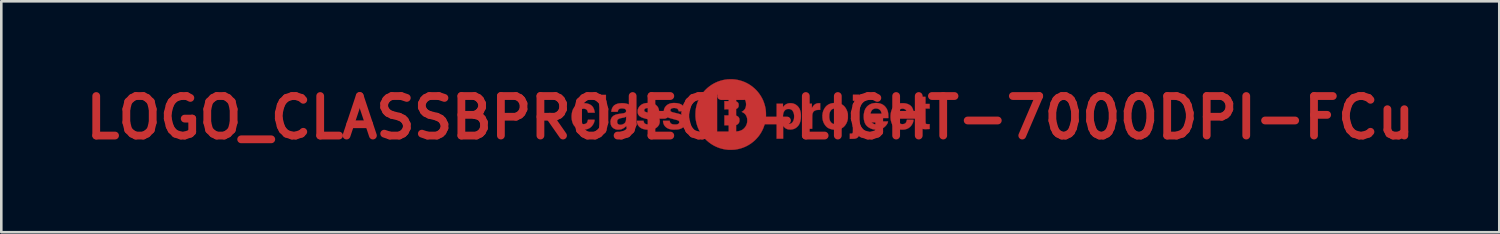
<source format=kicad_pcb>
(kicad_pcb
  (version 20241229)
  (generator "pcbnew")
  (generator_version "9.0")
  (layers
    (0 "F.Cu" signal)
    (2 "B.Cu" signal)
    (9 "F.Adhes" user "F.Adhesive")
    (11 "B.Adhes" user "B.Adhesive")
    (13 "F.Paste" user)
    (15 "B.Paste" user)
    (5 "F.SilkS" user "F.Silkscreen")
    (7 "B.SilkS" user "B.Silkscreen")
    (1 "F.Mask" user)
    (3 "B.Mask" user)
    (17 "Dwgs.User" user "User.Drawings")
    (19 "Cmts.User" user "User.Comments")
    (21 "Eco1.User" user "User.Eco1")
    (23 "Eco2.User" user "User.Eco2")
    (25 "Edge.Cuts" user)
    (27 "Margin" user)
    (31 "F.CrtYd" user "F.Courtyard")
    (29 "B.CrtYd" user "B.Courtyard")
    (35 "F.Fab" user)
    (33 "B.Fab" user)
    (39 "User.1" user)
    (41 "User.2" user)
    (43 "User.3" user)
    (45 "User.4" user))
  (footprint "LOGO_CLASSBPROJECT-LIGHT-7000DPI-FCu"
    (layer "F.Cu")
    (at 25.879 1.487)
    (property "Reference" "LOGO_CLASSBPROJECT-LIGHT-7000DPI-FCu" (at 0 0 0) (layer "F.Cu") (effects (font (size 1.524 1.524) (thickness 0.3))))
    (attr through_hole)
    (fp_poly (pts (xy -5.566 0.428) (xy -5.82 0.428) (xy -5.82 -0.878) (xy -5.566 -0.878) (xy -5.566 0.428)) (stroke (width 0.01) (type solid)) (fill yes) (layer "F.Cu"))
    (fp_poly (pts (xy 4.213 -0.653) (xy 3.959 -0.653) (xy 3.959 -0.885) (xy 4.213 -0.885) (xy 4.213 -0.653)) (stroke (width 0.01) (type solid)) (fill yes) (layer "F.Cu"))
    (fp_poly (pts (xy -0.814 -0.087) (xy -0.763 -0.087) (xy -0.72 -0.087) (xy -0.682 -0.086) (xy -0.65 -0.086) (xy -0.622 -0.085) (xy -0.599 -0.083) (xy -0.579 -0.081) (xy -0.562 -0.079) (xy -0.547 -0.076) (xy -0.534 -0.072) (xy -0.522 -0.068) (xy -0.51 -0.063) (xy -0.502 -0.059) (xy -0.474 -0.042) (xy -0.451 -0.019) (xy -0.434 0.008) (xy -0.422 0.038) (xy -0.42 0.053) (xy -0.418 0.073) (xy -0.417 0.096) (xy -0.418 0.119) (xy -0.42 0.139) (xy -0.421 0.147) (xy -0.43 0.179) (xy -0.446 0.209) (xy -0.466 0.235) (xy -0.491 0.256) (xy -0.513 0.269) (xy -0.523 0.273) (xy -0.532 0.277) (xy -0.541 0.281) (xy -0.551 0.283) (xy -0.562 0.286) (xy -0.574 0.287) (xy -0.59 0.289) (xy -0.608 0.29) (xy -0.63 0.291) (xy -0.657 0.291) (xy -0.688 0.292) (xy -0.726 0.292) (xy -0.769 0.293) (xy -0.792 0.293) (xy -0.998 0.294) (xy -0.998 -0.087) (xy -0.814 -0.087)) (stroke (width 0.01) (type solid)) (fill yes) (layer "F.Cu"))
    (fp_poly (pts (xy 2.696 -0.302) (xy 2.632 -0.3) (xy 2.603 -0.299) (xy 2.58 -0.297) (xy 2.561 -0.295) (xy 2.546 -0.292) (xy 2.539 -0.291) (xy 2.503 -0.278) (xy 2.471 -0.261) (xy 2.445 -0.24) (xy 2.425 -0.213) (xy 2.409 -0.181) (xy 2.397 -0.143) (xy 2.397 -0.143) (xy 2.396 -0.137) (xy 2.395 -0.13) (xy 2.394 -0.123) (xy 2.393 -0.115) (xy 2.392 -0.105) (xy 2.391 -0.093) (xy 2.391 -0.078) (xy 2.39 -0.06) (xy 2.39 -0.038) (xy 2.39 -0.011) (xy 2.389 0.021) (xy 2.389 0.058) (xy 2.389 0.101) (xy 2.389 0.151) (xy 2.389 0.159) (xy 2.387 0.428) (xy 2.134 0.428) (xy 2.134 -0.541) (xy 2.373 -0.541) (xy 2.374 -0.457) (xy 2.375 -0.373) (xy 2.399 -0.409) (xy 2.422 -0.442) (xy 2.444 -0.469) (xy 2.465 -0.491) (xy 2.487 -0.509) (xy 2.51 -0.524) (xy 2.528 -0.534) (xy 2.557 -0.545) (xy 2.59 -0.553) (xy 2.627 -0.558) (xy 2.657 -0.559) (xy 2.696 -0.559) (xy 2.696 -0.302)) (stroke (width 0.01) (type solid)) (fill yes) (layer "F.Cu"))
    (fp_poly (pts (xy -0.803 -0.638) (xy -0.758 -0.637) (xy -0.719 -0.637) (xy -0.686 -0.636) (xy -0.659 -0.636) (xy -0.635 -0.635) (xy -0.616 -0.634) (xy -0.6 -0.633) (xy -0.585 -0.631) (xy -0.573 -0.629) (xy -0.561 -0.627) (xy -0.55 -0.624) (xy -0.538 -0.621) (xy -0.532 -0.619) (xy -0.507 -0.608) (xy -0.485 -0.591) (xy -0.469 -0.572) (xy -0.461 -0.558) (xy -0.455 -0.544) (xy -0.451 -0.529) (xy -0.449 -0.51) (xy -0.448 -0.486) (xy -0.448 -0.481) (xy -0.449 -0.46) (xy -0.45 -0.445) (xy -0.451 -0.434) (xy -0.454 -0.423) (xy -0.457 -0.417) (xy -0.47 -0.391) (xy -0.489 -0.37) (xy -0.514 -0.353) (xy -0.521 -0.35) (xy -0.531 -0.345) (xy -0.541 -0.341) (xy -0.55 -0.337) (xy -0.56 -0.334) (xy -0.571 -0.332) (xy -0.584 -0.33) (xy -0.599 -0.328) (xy -0.617 -0.327) (xy -0.639 -0.326) (xy -0.665 -0.325) (xy -0.696 -0.325) (xy -0.733 -0.324) (xy -0.776 -0.324) (xy -0.797 -0.324) (xy -0.998 -0.322) (xy -0.998 -0.639) (xy -0.803 -0.638)) (stroke (width 0.01) (type solid)) (fill yes) (layer "F.Cu"))
    (fp_poly (pts (xy 4.212 0.044) (xy 4.212 0.121) (xy 4.212 0.19) (xy 4.211 0.252) (xy 4.211 0.309) (xy 4.211 0.359) (xy 4.211 0.404) (xy 4.211 0.444) (xy 4.21 0.479) (xy 4.21 0.51) (xy 4.21 0.536) (xy 4.21 0.558) (xy 4.209 0.577) (xy 4.209 0.593) (xy 4.208 0.606) (xy 4.208 0.617) (xy 4.207 0.625) (xy 4.207 0.632) (xy 4.206 0.637) (xy 4.205 0.642) (xy 4.205 0.645) (xy 4.204 0.646) (xy 4.192 0.685) (xy 4.177 0.717) (xy 4.159 0.744) (xy 4.137 0.766) (xy 4.111 0.783) (xy 4.079 0.797) (xy 4.042 0.808) (xy 4.029 0.81) (xy 4.011 0.812) (xy 3.986 0.813) (xy 3.955 0.815) (xy 3.929 0.815) (xy 3.839 0.817) (xy 3.839 0.613) (xy 3.867 0.615) (xy 3.893 0.616) (xy 3.913 0.613) (xy 3.93 0.605) (xy 3.938 0.599) (xy 3.947 0.588) (xy 3.954 0.576) (xy 3.955 0.574) (xy 3.955 0.57) (xy 3.956 0.562) (xy 3.956 0.55) (xy 3.957 0.534) (xy 3.957 0.513) (xy 3.957 0.487) (xy 3.958 0.456) (xy 3.958 0.42) (xy 3.958 0.378) (xy 3.958 0.331) (xy 3.959 0.277) (xy 3.959 0.217) (xy 3.959 0.15) (xy 3.959 0.077) (xy 3.959 0.013) (xy 3.959 -0.533) (xy 4.213 -0.533) (xy 4.212 0.044)) (stroke (width 0.01) (type solid)) (fill yes) (layer "F.Cu"))
    (fp_poly (pts (xy 6.756 -0.53) (xy 6.916 -0.53) (xy 6.916 -0.352) (xy 6.756 -0.352) (xy 6.756 -0.088) (xy 6.756 -0.034) (xy 6.757 0.014) (xy 6.757 0.055) (xy 6.757 0.091) (xy 6.757 0.121) (xy 6.758 0.146) (xy 6.759 0.167) (xy 6.76 0.184) (xy 6.761 0.198) (xy 6.762 0.209) (xy 6.764 0.217) (xy 6.766 0.224) (xy 6.768 0.228) (xy 6.769 0.231) (xy 6.777 0.238) (xy 6.79 0.243) (xy 6.808 0.246) (xy 6.834 0.248) (xy 6.864 0.248) (xy 6.916 0.248) (xy 6.916 0.435) (xy 6.904 0.437) (xy 6.898 0.437) (xy 6.885 0.438) (xy 6.867 0.439) (xy 6.845 0.439) (xy 6.82 0.44) (xy 6.796 0.441) (xy 6.764 0.441) (xy 6.737 0.441) (xy 6.716 0.441) (xy 6.699 0.44) (xy 6.685 0.439) (xy 6.673 0.438) (xy 6.67 0.437) (xy 6.632 0.428) (xy 6.598 0.415) (xy 6.569 0.398) (xy 6.546 0.377) (xy 6.529 0.354) (xy 6.529 0.354) (xy 6.525 0.347) (xy 6.522 0.34) (xy 6.519 0.333) (xy 6.516 0.325) (xy 6.514 0.317) (xy 6.512 0.307) (xy 6.511 0.295) (xy 6.509 0.28) (xy 6.508 0.263) (xy 6.508 0.242) (xy 6.507 0.217) (xy 6.507 0.188) (xy 6.506 0.153) (xy 6.506 0.114) (xy 6.506 0.069) (xy 6.506 0.017) (xy 6.506 -0.038) (xy 6.506 -0.352) (xy 6.372 -0.352) (xy 6.372 -0.53) (xy 6.506 -0.53) (xy 6.506 -0.802) (xy 6.756 -0.802) (xy 6.756 -0.53)) (stroke (width 0.01) (type solid)) (fill yes) (layer "F.Cu"))
    (fp_poly (pts (xy 1.602 -0.555) (xy 1.653 -0.546) (xy 1.702 -0.529) (xy 1.748 -0.506) (xy 1.79 -0.476) (xy 1.83 -0.44) (xy 1.831 -0.438) (xy 1.863 -0.401) (xy 1.889 -0.361) (xy 1.91 -0.317) (xy 1.927 -0.269) (xy 1.94 -0.216) (xy 1.948 -0.163) (xy 1.95 -0.145) (xy 1.951 -0.121) (xy 1.952 -0.093) (xy 1.952 -0.064) (xy 1.952 -0.034) (xy 1.951 -0.006) (xy 1.95 0.019) (xy 1.948 0.039) (xy 1.948 0.039) (xy 1.938 0.104) (xy 1.923 0.164) (xy 1.903 0.218) (xy 1.878 0.268) (xy 1.848 0.312) (xy 1.812 0.351) (xy 1.777 0.381) (xy 1.736 0.408) (xy 1.694 0.429) (xy 1.65 0.444) (xy 1.603 0.453) (xy 1.552 0.457) (xy 1.523 0.456) (xy 1.492 0.454) (xy 1.466 0.451) (xy 1.443 0.446) (xy 1.421 0.439) (xy 1.398 0.43) (xy 1.395 0.428) (xy 1.372 0.417) (xy 1.352 0.404) (xy 1.333 0.389) (xy 1.314 0.37) (xy 1.294 0.347) (xy 1.274 0.322) (xy 1.266 0.311) (xy 1.266 0.809) (xy 1.016 0.809) (xy 1.016 -0.03) (xy 1.26 -0.03) (xy 1.26 -0.013) (xy 1.263 0.031) (xy 1.269 0.07) (xy 1.278 0.104) (xy 1.29 0.133) (xy 1.306 0.159) (xy 1.326 0.183) (xy 1.33 0.187) (xy 1.358 0.211) (xy 1.388 0.228) (xy 1.421 0.239) (xy 1.431 0.242) (xy 1.457 0.245) (xy 1.486 0.245) (xy 1.513 0.242) (xy 1.535 0.237) (xy 1.569 0.224) (xy 1.599 0.204) (xy 1.625 0.178) (xy 1.647 0.147) (xy 1.665 0.109) (xy 1.679 0.067) (xy 1.683 0.051) (xy 1.685 0.035) (xy 1.687 0.019) (xy 1.689 -0.001) (xy 1.69 -0.025) (xy 1.69 -0.03) (xy 1.691 -0.064) (xy 1.69 -0.092) (xy 1.687 -0.117) (xy 1.683 -0.14) (xy 1.677 -0.164) (xy 1.674 -0.176) (xy 1.658 -0.217) (xy 1.64 -0.252) (xy 1.618 -0.281) (xy 1.592 -0.303) (xy 1.563 -0.319) (xy 1.529 -0.33) (xy 1.491 -0.335) (xy 1.475 -0.335) (xy 1.438 -0.333) (xy 1.406 -0.327) (xy 1.378 -0.315) (xy 1.352 -0.298) (xy 1.333 -0.281) (xy 1.31 -0.253) (xy 1.291 -0.219) (xy 1.277 -0.18) (xy 1.267 -0.136) (xy 1.261 -0.086) (xy 1.26 -0.03) (xy 1.016 -0.03) (xy 1.016 -0.541) (xy 1.259 -0.541) (xy 1.26 -0.471) (xy 1.261 -0.402) (xy 1.278 -0.425) (xy 1.31 -0.463) (xy 1.345 -0.495) (xy 1.384 -0.52) (xy 1.427 -0.539) (xy 1.473 -0.552) (xy 1.523 -0.558) (xy 1.548 -0.559) (xy 1.602 -0.555)) (stroke (width 0.01) (type solid)) (fill yes) (layer "F.Cu"))
    (fp_poly (pts (xy 4.913 -0.563) (xy 4.972 -0.554) (xy 5.027 -0.54) (xy 5.078 -0.519) (xy 5.124 -0.493) (xy 5.167 -0.461) (xy 5.204 -0.423) (xy 5.238 -0.379) (xy 5.267 -0.33) (xy 5.274 -0.315) (xy 5.287 -0.284) (xy 5.298 -0.253) (xy 5.307 -0.221) (xy 5.313 -0.187) (xy 5.318 -0.148) (xy 5.321 -0.105) (xy 5.322 -0.068) (xy 5.324 0.015) (xy 4.63 0.015) (xy 4.63 0.031) (xy 4.632 0.057) (xy 4.638 0.087) (xy 4.647 0.117) (xy 4.659 0.146) (xy 4.665 0.159) (xy 4.679 0.178) (xy 4.698 0.198) (xy 4.719 0.216) (xy 4.741 0.231) (xy 4.747 0.234) (xy 4.772 0.245) (xy 4.796 0.252) (xy 4.82 0.257) (xy 4.848 0.259) (xy 4.864 0.259) (xy 4.884 0.259) (xy 4.9 0.258) (xy 4.912 0.256) (xy 4.925 0.253) (xy 4.936 0.249) (xy 4.953 0.242) (xy 4.97 0.234) (xy 4.984 0.227) (xy 4.985 0.226) (xy 5.002 0.212) (xy 5.019 0.194) (xy 5.035 0.175) (xy 5.044 0.159) (xy 5.051 0.145) (xy 5.311 0.145) (xy 5.308 0.164) (xy 5.299 0.197) (xy 5.283 0.232) (xy 5.26 0.267) (xy 5.232 0.303) (xy 5.203 0.334) (xy 5.163 0.37) (xy 5.119 0.399) (xy 5.072 0.423) (xy 5.021 0.441) (xy 4.965 0.453) (xy 4.94 0.457) (xy 4.916 0.459) (xy 4.888 0.46) (xy 4.857 0.46) (xy 4.827 0.46) (xy 4.799 0.458) (xy 4.775 0.456) (xy 4.77 0.455) (xy 4.718 0.444) (xy 4.667 0.428) (xy 4.618 0.406) (xy 4.572 0.38) (xy 4.53 0.351) (xy 4.493 0.318) (xy 4.462 0.282) (xy 4.453 0.269) (xy 4.428 0.227) (xy 4.408 0.18) (xy 4.393 0.128) (xy 4.381 0.072) (xy 4.375 0.012) (xy 4.373 -0.05) (xy 4.375 -0.103) (xy 4.381 -0.152) (xy 4.634 -0.152) (xy 5.061 -0.152) (xy 5.058 -0.175) (xy 5.049 -0.214) (xy 5.035 -0.249) (xy 5.015 -0.28) (xy 4.99 -0.306) (xy 4.96 -0.327) (xy 4.925 -0.342) (xy 4.891 -0.351) (xy 4.851 -0.355) (xy 4.813 -0.353) (xy 4.777 -0.345) (xy 4.744 -0.331) (xy 4.715 -0.312) (xy 4.701 -0.299) (xy 4.683 -0.279) (xy 4.668 -0.256) (xy 4.656 -0.23) (xy 4.645 -0.199) (xy 4.636 -0.162) (xy 4.634 -0.152) (xy 4.381 -0.152) (xy 4.383 -0.167) (xy 4.394 -0.225) (xy 4.41 -0.279) (xy 4.431 -0.328) (xy 4.457 -0.372) (xy 4.487 -0.413) (xy 4.518 -0.445) (xy 4.56 -0.48) (xy 4.606 -0.509) (xy 4.655 -0.532) (xy 4.708 -0.549) (xy 4.765 -0.56) (xy 4.825 -0.566) (xy 4.849 -0.566) (xy 4.913 -0.563)) (stroke (width 0.01) (type solid)) (fill yes) (layer "F.Cu"))
    (fp_poly (pts (xy -6.395 -0.558) (xy -6.363 -0.556) (xy -6.334 -0.553) (xy -6.314 -0.55) (xy -6.259 -0.537) (xy -6.21 -0.52) (xy -6.166 -0.498) (xy -6.128 -0.473) (xy -6.095 -0.442) (xy -6.067 -0.407) (xy -6.044 -0.366) (xy -6.025 -0.32) (xy -6.011 -0.269) (xy -6 -0.211) (xy -6 -0.21) (xy -5.998 -0.192) (xy -6.258 -0.192) (xy -6.262 -0.214) (xy -6.266 -0.228) (xy -6.272 -0.244) (xy -6.28 -0.261) (xy -6.281 -0.264) (xy -6.297 -0.291) (xy -6.316 -0.312) (xy -6.339 -0.327) (xy -6.366 -0.338) (xy -6.399 -0.345) (xy -6.403 -0.346) (xy -6.438 -0.347) (xy -6.472 -0.342) (xy -6.504 -0.331) (xy -6.533 -0.315) (xy -6.551 -0.3) (xy -6.571 -0.277) (xy -6.587 -0.25) (xy -6.601 -0.22) (xy -6.611 -0.185) (xy -6.618 -0.144) (xy -6.622 -0.098) (xy -6.624 -0.046) (xy -6.624 -0.044) (xy -6.622 0.005) (xy -6.619 0.048) (xy -6.613 0.085) (xy -6.605 0.118) (xy -6.593 0.147) (xy -6.579 0.173) (xy -6.577 0.176) (xy -6.555 0.202) (xy -6.529 0.222) (xy -6.5 0.237) (xy -6.467 0.247) (xy -6.431 0.25) (xy -6.401 0.247) (xy -6.371 0.241) (xy -6.344 0.232) (xy -6.322 0.218) (xy -6.304 0.201) (xy -6.289 0.178) (xy -6.277 0.149) (xy -6.267 0.115) (xy -6.261 0.088) (xy -6.259 0.08) (xy -6.13 0.08) (xy -6.096 0.08) (xy -6.069 0.08) (xy -6.048 0.08) (xy -6.031 0.08) (xy -6.019 0.081) (xy -6.011 0.081) (xy -6.006 0.082) (xy -6.003 0.084) (xy -6.002 0.085) (xy -6.002 0.087) (xy -6.003 0.097) (xy -6.005 0.112) (xy -6.009 0.131) (xy -6.013 0.149) (xy -6.018 0.167) (xy -6.021 0.177) (xy -6.036 0.214) (xy -6.056 0.252) (xy -6.08 0.289) (xy -6.106 0.323) (xy -6.129 0.349) (xy -6.168 0.382) (xy -6.212 0.41) (xy -6.259 0.432) (xy -6.311 0.447) (xy -6.351 0.455) (xy -6.377 0.458) (xy -6.407 0.46) (xy -6.44 0.46) (xy -6.473 0.46) (xy -6.504 0.458) (xy -6.53 0.456) (xy -6.533 0.455) (xy -6.589 0.444) (xy -6.639 0.427) (xy -6.685 0.404) (xy -6.726 0.376) (xy -6.763 0.343) (xy -6.795 0.304) (xy -6.824 0.259) (xy -6.836 0.234) (xy -6.857 0.183) (xy -6.872 0.127) (xy -6.883 0.068) (xy -6.889 0.006) (xy -6.89 -0.059) (xy -6.888 -0.093) (xy -6.882 -0.15) (xy -6.874 -0.201) (xy -6.863 -0.247) (xy -6.849 -0.289) (xy -6.831 -0.329) (xy -6.812 -0.363) (xy -6.784 -0.403) (xy -6.751 -0.44) (xy -6.714 -0.473) (xy -6.674 -0.501) (xy -6.658 -0.51) (xy -6.63 -0.523) (xy -6.597 -0.534) (xy -6.562 -0.544) (xy -6.527 -0.552) (xy -6.517 -0.554) (xy -6.491 -0.556) (xy -6.461 -0.558) (xy -6.429 -0.558) (xy -6.395 -0.558)) (stroke (width 0.01) (type solid)) (fill yes) (layer "F.Cu"))
    (fp_poly (pts (xy 5.902 -0.558) (xy 5.934 -0.556) (xy 5.963 -0.553) (xy 5.984 -0.55) (xy 6.039 -0.537) (xy 6.088 -0.52) (xy 6.131 -0.498) (xy 6.169 -0.473) (xy 6.202 -0.442) (xy 6.23 -0.407) (xy 6.253 -0.366) (xy 6.272 -0.32) (xy 6.287 -0.269) (xy 6.297 -0.211) (xy 6.297 -0.21) (xy 6.3 -0.192) (xy 6.039 -0.192) (xy 6.035 -0.214) (xy 6.031 -0.228) (xy 6.025 -0.244) (xy 6.018 -0.261) (xy 6.016 -0.264) (xy 6 -0.291) (xy 5.981 -0.312) (xy 5.958 -0.327) (xy 5.931 -0.338) (xy 5.898 -0.345) (xy 5.894 -0.346) (xy 5.859 -0.347) (xy 5.825 -0.342) (xy 5.793 -0.331) (xy 5.764 -0.315) (xy 5.746 -0.3) (xy 5.726 -0.277) (xy 5.71 -0.25) (xy 5.697 -0.22) (xy 5.686 -0.185) (xy 5.679 -0.144) (xy 5.675 -0.098) (xy 5.674 -0.046) (xy 5.674 -0.044) (xy 5.675 0.005) (xy 5.678 0.048) (xy 5.684 0.085) (xy 5.693 0.118) (xy 5.704 0.147) (xy 5.719 0.173) (xy 5.72 0.176) (xy 5.742 0.202) (xy 5.768 0.222) (xy 5.798 0.237) (xy 5.831 0.247) (xy 5.866 0.25) (xy 5.896 0.247) (xy 5.927 0.241) (xy 5.953 0.232) (xy 5.975 0.218) (xy 5.993 0.201) (xy 6.008 0.178) (xy 6.02 0.149) (xy 6.031 0.115) (xy 6.036 0.088) (xy 6.038 0.08) (xy 6.167 0.08) (xy 6.201 0.08) (xy 6.228 0.08) (xy 6.25 0.08) (xy 6.266 0.08) (xy 6.278 0.081) (xy 6.286 0.081) (xy 6.291 0.082) (xy 6.294 0.084) (xy 6.295 0.085) (xy 6.296 0.087) (xy 6.295 0.097) (xy 6.292 0.112) (xy 6.288 0.131) (xy 6.284 0.149) (xy 6.279 0.167) (xy 6.276 0.177) (xy 6.261 0.214) (xy 6.241 0.252) (xy 6.217 0.289) (xy 6.192 0.323) (xy 6.168 0.349) (xy 6.129 0.382) (xy 6.086 0.41) (xy 6.038 0.432) (xy 5.987 0.447) (xy 5.946 0.455) (xy 5.92 0.458) (xy 5.89 0.46) (xy 5.857 0.46) (xy 5.824 0.46) (xy 5.793 0.458) (xy 5.767 0.456) (xy 5.764 0.455) (xy 5.709 0.444) (xy 5.658 0.427) (xy 5.612 0.404) (xy 5.571 0.376) (xy 5.534 0.343) (xy 5.502 0.304) (xy 5.474 0.259) (xy 5.461 0.234) (xy 5.441 0.183) (xy 5.425 0.127) (xy 5.414 0.068) (xy 5.408 0.006) (xy 5.408 -0.059) (xy 5.409 -0.093) (xy 5.415 -0.15) (xy 5.423 -0.201) (xy 5.434 -0.247) (xy 5.448 -0.289) (xy 5.466 -0.329) (xy 5.485 -0.363) (xy 5.513 -0.403) (xy 5.546 -0.44) (xy 5.583 -0.473) (xy 5.623 -0.501) (xy 5.639 -0.51) (xy 5.667 -0.523) (xy 5.7 -0.534) (xy 5.735 -0.544) (xy 5.77 -0.552) (xy 5.78 -0.554) (xy 5.806 -0.556) (xy 5.836 -0.558) (xy 5.869 -0.558) (xy 5.902 -0.558)) (stroke (width 0.01) (type solid)) (fill yes) (layer "F.Cu"))
    (fp_poly (pts (xy 3.3 -0.566) (xy 3.329 -0.564) (xy 3.353 -0.563) (xy 3.358 -0.562) (xy 3.407 -0.554) (xy 3.454 -0.541) (xy 3.499 -0.524) (xy 3.541 -0.504) (xy 3.576 -0.481) (xy 3.578 -0.479) (xy 3.615 -0.447) (xy 3.649 -0.408) (xy 3.68 -0.365) (xy 3.707 -0.316) (xy 3.73 -0.264) (xy 3.748 -0.21) (xy 3.756 -0.177) (xy 3.759 -0.163) (xy 3.761 -0.151) (xy 3.762 -0.138) (xy 3.763 -0.122) (xy 3.764 -0.104) (xy 3.764 -0.08) (xy 3.764 -0.054) (xy 3.764 -0.026) (xy 3.764 -0.003) (xy 3.764 0.015) (xy 3.763 0.03) (xy 3.761 0.044) (xy 3.759 0.057) (xy 3.756 0.071) (xy 3.756 0.072) (xy 3.742 0.129) (xy 3.722 0.184) (xy 3.697 0.234) (xy 3.668 0.281) (xy 3.635 0.322) (xy 3.598 0.359) (xy 3.558 0.389) (xy 3.514 0.414) (xy 3.508 0.417) (xy 3.477 0.43) (xy 3.446 0.44) (xy 3.416 0.448) (xy 3.383 0.453) (xy 3.346 0.457) (xy 3.304 0.459) (xy 3.287 0.459) (xy 3.264 0.459) (xy 3.242 0.459) (xy 3.223 0.459) (xy 3.209 0.459) (xy 3.2 0.459) (xy 3.199 0.459) (xy 3.144 0.449) (xy 3.096 0.437) (xy 3.053 0.422) (xy 3.014 0.404) (xy 2.979 0.383) (xy 2.974 0.38) (xy 2.953 0.363) (xy 2.931 0.342) (xy 2.909 0.318) (xy 2.888 0.292) (xy 2.871 0.269) (xy 2.841 0.219) (xy 2.817 0.166) (xy 2.799 0.11) (xy 2.787 0.051) (xy 2.781 -0.012) (xy 2.78 -0.026) (xy 2.781 -0.033) (xy 3.045 -0.033) (xy 3.047 0.009) (xy 3.053 0.049) (xy 3.061 0.084) (xy 3.063 0.091) (xy 3.079 0.13) (xy 3.099 0.164) (xy 3.123 0.192) (xy 3.151 0.215) (xy 3.182 0.232) (xy 3.192 0.236) (xy 3.231 0.246) (xy 3.27 0.249) (xy 3.312 0.246) (xy 3.318 0.245) (xy 3.354 0.235) (xy 3.387 0.219) (xy 3.417 0.197) (xy 3.442 0.169) (xy 3.463 0.135) (xy 3.479 0.097) (xy 3.487 0.071) (xy 3.495 0.032) (xy 3.499 -0.011) (xy 3.5 -0.056) (xy 3.499 -0.101) (xy 3.494 -0.143) (xy 3.487 -0.176) (xy 3.474 -0.215) (xy 3.457 -0.251) (xy 3.436 -0.282) (xy 3.411 -0.307) (xy 3.384 -0.327) (xy 3.374 -0.332) (xy 3.34 -0.345) (xy 3.303 -0.352) (xy 3.266 -0.354) (xy 3.229 -0.351) (xy 3.195 -0.342) (xy 3.163 -0.329) (xy 3.153 -0.323) (xy 3.129 -0.304) (xy 3.107 -0.279) (xy 3.087 -0.25) (xy 3.071 -0.219) (xy 3.061 -0.192) (xy 3.053 -0.157) (xy 3.047 -0.118) (xy 3.045 -0.076) (xy 3.045 -0.033) (xy 2.781 -0.033) (xy 2.781 -0.094) (xy 2.788 -0.159) (xy 2.801 -0.22) (xy 2.821 -0.278) (xy 2.847 -0.333) (xy 2.88 -0.385) (xy 2.902 -0.414) (xy 2.937 -0.452) (xy 2.978 -0.485) (xy 3.023 -0.513) (xy 3.073 -0.535) (xy 3.127 -0.551) (xy 3.185 -0.562) (xy 3.189 -0.562) (xy 3.212 -0.564) (xy 3.239 -0.565) (xy 3.27 -0.566) (xy 3.3 -0.566)) (stroke (width 0.01) (type solid)) (fill yes) (layer "F.Cu"))
    (fp_poly (pts (xy -3.925 -0.565) (xy -3.916 -0.565) (xy -3.862 -0.562) (xy -3.814 -0.556) (xy -3.77 -0.547) (xy -3.73 -0.535) (xy -3.695 -0.521) (xy -3.654 -0.499) (xy -3.619 -0.472) (xy -3.589 -0.442) (xy -3.564 -0.407) (xy -3.544 -0.368) (xy -3.529 -0.323) (xy -3.519 -0.272) (xy -3.518 -0.264) (xy -3.516 -0.247) (xy -3.768 -0.247) (xy -3.775 -0.272) (xy -3.785 -0.299) (xy -3.798 -0.322) (xy -3.817 -0.34) (xy -3.84 -0.354) (xy -3.869 -0.364) (xy -3.904 -0.37) (xy -3.906 -0.371) (xy -3.94 -0.373) (xy -3.973 -0.372) (xy -4.004 -0.367) (xy -4.032 -0.359) (xy -4.054 -0.348) (xy -4.058 -0.346) (xy -4.074 -0.331) (xy -4.085 -0.312) (xy -4.089 -0.291) (xy -4.088 -0.27) (xy -4.082 -0.254) (xy -4.077 -0.247) (xy -4.071 -0.24) (xy -4.062 -0.233) (xy -4.051 -0.227) (xy -4.036 -0.22) (xy -4.017 -0.213) (xy -3.993 -0.206) (xy -3.965 -0.198) (xy -3.931 -0.19) (xy -3.891 -0.18) (xy -3.845 -0.169) (xy -3.839 -0.167) (xy -3.8 -0.158) (xy -3.766 -0.149) (xy -3.738 -0.141) (xy -3.713 -0.133) (xy -3.691 -0.125) (xy -3.671 -0.117) (xy -3.652 -0.108) (xy -3.614 -0.086) (xy -3.582 -0.064) (xy -3.555 -0.039) (xy -3.533 -0.01) (xy -3.515 0.022) (xy -3.514 0.024) (xy -3.501 0.058) (xy -3.493 0.097) (xy -3.491 0.137) (xy -3.493 0.178) (xy -3.501 0.219) (xy -3.513 0.257) (xy -3.519 0.27) (xy -3.543 0.31) (xy -3.571 0.346) (xy -3.605 0.376) (xy -3.645 0.402) (xy -3.69 0.424) (xy -3.741 0.441) (xy -3.794 0.452) (xy -3.809 0.454) (xy -3.83 0.456) (xy -3.856 0.457) (xy -3.885 0.458) (xy -3.915 0.459) (xy -3.944 0.459) (xy -3.973 0.459) (xy -3.998 0.459) (xy -4.019 0.458) (xy -4.03 0.457) (xy -4.088 0.447) (xy -4.141 0.433) (xy -4.189 0.413) (xy -4.232 0.389) (xy -4.269 0.36) (xy -4.301 0.326) (xy -4.32 0.3) (xy -4.338 0.27) (xy -4.353 0.235) (xy -4.364 0.199) (xy -4.371 0.163) (xy -4.372 0.136) (xy -4.372 0.12) (xy -4.116 0.12) (xy -4.113 0.135) (xy -4.106 0.166) (xy -4.095 0.192) (xy -4.08 0.214) (xy -4.06 0.231) (xy -4.034 0.244) (xy -4.003 0.254) (xy -3.967 0.26) (xy -3.924 0.262) (xy -3.912 0.263) (xy -3.881 0.262) (xy -3.856 0.26) (xy -3.835 0.257) (xy -3.816 0.252) (xy -3.798 0.245) (xy -3.789 0.241) (xy -3.769 0.228) (xy -3.755 0.211) (xy -3.748 0.191) (xy -3.747 0.168) (xy -3.749 0.159) (xy -3.753 0.145) (xy -3.76 0.134) (xy -3.768 0.125) (xy -3.775 0.118) (xy -3.783 0.113) (xy -3.793 0.108) (xy -3.806 0.103) (xy -3.825 0.096) (xy -3.834 0.093) (xy -3.851 0.088) (xy -3.874 0.081) (xy -3.901 0.074) (xy -3.93 0.066) (xy -3.96 0.058) (xy -3.986 0.051) (xy -4.033 0.039) (xy -4.073 0.028) (xy -4.108 0.018) (xy -4.138 0.008) (xy -4.164 -0.001) (xy -4.187 -0.011) (xy -4.205 -0.02) (xy -4.241 -0.04) (xy -4.271 -0.062) (xy -4.295 -0.086) (xy -4.314 -0.113) (xy -4.322 -0.129) (xy -4.33 -0.148) (xy -4.335 -0.166) (xy -4.339 -0.185) (xy -4.341 -0.206) (xy -4.341 -0.233) (xy -4.341 -0.241) (xy -4.341 -0.264) (xy -4.34 -0.282) (xy -4.339 -0.297) (xy -4.336 -0.31) (xy -4.333 -0.32) (xy -4.317 -0.364) (xy -4.295 -0.404) (xy -4.267 -0.441) (xy -4.233 -0.474) (xy -4.195 -0.503) (xy -4.153 -0.526) (xy -4.107 -0.544) (xy -4.089 -0.549) (xy -4.059 -0.556) (xy -4.029 -0.561) (xy -3.998 -0.564) (xy -3.964 -0.566) (xy -3.925 -0.565)) (stroke (width 0.01) (type solid)) (fill yes) (layer "F.Cu"))
    (fp_poly (pts (xy -2.917 -0.565) (xy -2.907 -0.565) (xy -2.853 -0.562) (xy -2.805 -0.556) (xy -2.761 -0.547) (xy -2.721 -0.535) (xy -2.686 -0.521) (xy -2.645 -0.499) (xy -2.61 -0.472) (xy -2.58 -0.442) (xy -2.555 -0.407) (xy -2.536 -0.368) (xy -2.521 -0.323) (xy -2.51 -0.272) (xy -2.509 -0.264) (xy -2.507 -0.247) (xy -2.76 -0.247) (xy -2.766 -0.272) (xy -2.776 -0.299) (xy -2.79 -0.322) (xy -2.808 -0.34) (xy -2.831 -0.354) (xy -2.86 -0.364) (xy -2.895 -0.37) (xy -2.897 -0.371) (xy -2.931 -0.373) (xy -2.964 -0.372) (xy -2.995 -0.367) (xy -3.023 -0.359) (xy -3.045 -0.348) (xy -3.049 -0.346) (xy -3.065 -0.331) (xy -3.076 -0.312) (xy -3.081 -0.291) (xy -3.079 -0.27) (xy -3.073 -0.254) (xy -3.069 -0.247) (xy -3.062 -0.24) (xy -3.054 -0.233) (xy -3.042 -0.227) (xy -3.027 -0.22) (xy -3.008 -0.213) (xy -2.985 -0.206) (xy -2.956 -0.198) (xy -2.923 -0.19) (xy -2.883 -0.18) (xy -2.836 -0.169) (xy -2.83 -0.167) (xy -2.791 -0.158) (xy -2.757 -0.149) (xy -2.729 -0.141) (xy -2.704 -0.133) (xy -2.682 -0.125) (xy -2.662 -0.117) (xy -2.643 -0.108) (xy -2.605 -0.086) (xy -2.573 -0.064) (xy -2.546 -0.039) (xy -2.524 -0.01) (xy -2.506 0.022) (xy -2.505 0.024) (xy -2.492 0.058) (xy -2.484 0.097) (xy -2.482 0.137) (xy -2.484 0.178) (xy -2.492 0.219) (xy -2.505 0.257) (xy -2.511 0.27) (xy -2.534 0.31) (xy -2.563 0.346) (xy -2.597 0.376) (xy -2.636 0.402) (xy -2.681 0.424) (xy -2.732 0.441) (xy -2.785 0.452) (xy -2.8 0.454) (xy -2.822 0.456) (xy -2.847 0.457) (xy -2.876 0.458) (xy -2.906 0.459) (xy -2.936 0.459) (xy -2.964 0.459) (xy -2.989 0.459) (xy -3.01 0.458) (xy -3.021 0.457) (xy -3.079 0.447) (xy -3.132 0.433) (xy -3.18 0.413) (xy -3.223 0.389) (xy -3.26 0.36) (xy -3.293 0.326) (xy -3.312 0.3) (xy -3.329 0.27) (xy -3.344 0.235) (xy -3.355 0.199) (xy -3.362 0.163) (xy -3.364 0.136) (xy -3.364 0.12) (xy -3.107 0.12) (xy -3.105 0.135) (xy -3.098 0.166) (xy -3.086 0.192) (xy -3.071 0.214) (xy -3.051 0.231) (xy -3.025 0.244) (xy -2.995 0.254) (xy -2.958 0.26) (xy -2.915 0.262) (xy -2.903 0.263) (xy -2.872 0.262) (xy -2.847 0.26) (xy -2.826 0.257) (xy -2.807 0.252) (xy -2.789 0.245) (xy -2.78 0.241) (xy -2.76 0.228) (xy -2.747 0.211) (xy -2.739 0.191) (xy -2.738 0.168) (xy -2.74 0.159) (xy -2.744 0.145) (xy -2.751 0.134) (xy -2.759 0.125) (xy -2.767 0.118) (xy -2.774 0.113) (xy -2.784 0.108) (xy -2.798 0.103) (xy -2.816 0.096) (xy -2.825 0.093) (xy -2.843 0.088) (xy -2.866 0.081) (xy -2.892 0.074) (xy -2.921 0.066) (xy -2.951 0.058) (xy -2.977 0.051) (xy -3.024 0.039) (xy -3.064 0.028) (xy -3.099 0.018) (xy -3.129 0.008) (xy -3.155 -0.001) (xy -3.178 -0.011) (xy -3.196 -0.02) (xy -3.233 -0.04) (xy -3.263 -0.062) (xy -3.286 -0.086) (xy -3.305 -0.113) (xy -3.313 -0.129) (xy -3.321 -0.148) (xy -3.326 -0.166) (xy -3.33 -0.185) (xy -3.332 -0.206) (xy -3.333 -0.233) (xy -3.333 -0.241) (xy -3.332 -0.264) (xy -3.332 -0.282) (xy -3.33 -0.297) (xy -3.327 -0.31) (xy -3.325 -0.32) (xy -3.308 -0.364) (xy -3.286 -0.404) (xy -3.258 -0.441) (xy -3.225 -0.474) (xy -3.187 -0.503) (xy -3.144 -0.526) (xy -3.099 -0.544) (xy -3.081 -0.549) (xy -3.05 -0.556) (xy -3.02 -0.561) (xy -2.989 -0.564) (xy -2.956 -0.566) (xy -2.917 -0.565)) (stroke (width 0.01) (type solid)) (fill yes) (layer "F.Cu"))
    (fp_poly (pts (xy -0.684 -1.48) (xy -0.588 -1.472) (xy -0.492 -1.457) (xy -0.398 -1.435) (xy -0.305 -1.406) (xy -0.214 -1.371) (xy -0.165 -1.348) (xy -0.078 -1.303) (xy 0.005 -1.251) (xy 0.083 -1.194) (xy 0.157 -1.132) (xy 0.227 -1.065) (xy 0.291 -0.993) (xy 0.35 -0.917) (xy 0.404 -0.836) (xy 0.452 -0.753) (xy 0.494 -0.666) (xy 0.529 -0.576) (xy 0.558 -0.483) (xy 0.569 -0.439) (xy 0.58 -0.392) (xy 0.588 -0.348) (xy 0.595 -0.304) (xy 0.599 -0.26) (xy 0.603 -0.214) (xy 0.604 -0.162) (xy 0.605 -0.151) (xy 0.605 -0.083) (xy 0.603 -0.02) (xy 0.598 0.039) (xy 0.589 0.098) (xy 0.578 0.158) (xy 0.566 0.211) (xy 0.538 0.306) (xy 0.504 0.399) (xy 0.463 0.488) (xy 0.417 0.574) (xy 0.364 0.656) (xy 0.306 0.734) (xy 0.241 0.807) (xy 0.172 0.877) (xy 0.097 0.941) (xy 0.017 1.001) (xy -0.013 1.021) (xy -0.098 1.072) (xy -0.185 1.116) (xy -0.276 1.154) (xy -0.369 1.185) (xy -0.465 1.209) (xy -0.564 1.227) (xy -0.601 1.232) (xy -0.617 1.234) (xy -0.639 1.235) (xy -0.665 1.236) (xy -0.693 1.238) (xy -0.722 1.239) (xy -0.751 1.239) (xy -0.778 1.24) (xy -0.802 1.24) (xy -0.822 1.239) (xy -0.835 1.239) (xy -0.886 1.234) (xy -0.931 1.229) (xy -0.973 1.223) (xy -1.012 1.216) (xy -1.05 1.208) (xy -1.089 1.199) (xy -1.089 1.199) (xy -1.183 1.172) (xy -1.274 1.138) (xy -1.362 1.098) (xy -1.447 1.052) (xy -1.527 1) (xy -1.604 0.943) (xy -1.677 0.881) (xy -1.745 0.814) (xy -1.808 0.742) (xy -1.866 0.666) (xy -1.918 0.586) (xy -1.946 0.537) (xy -1.281 0.537) (xy -0.929 0.537) (xy -0.869 0.537) (xy -0.812 0.537) (xy -0.76 0.537) (xy -0.712 0.536) (xy -0.67 0.536) (xy -0.632 0.536) (xy -0.6 0.535) (xy -0.575 0.535) (xy -0.555 0.534) (xy -0.543 0.534) (xy -0.54 0.533) (xy -0.485 0.526) (xy -0.435 0.517) (xy -0.391 0.505) (xy -0.351 0.489) (xy -0.315 0.471) (xy -0.281 0.448) (xy -0.25 0.422) (xy -0.247 0.419) (xy -0.21 0.379) (xy -0.179 0.335) (xy -0.153 0.287) (xy -0.134 0.236) (xy -0.121 0.182) (xy -0.121 0.181) (xy -0.118 0.154) (xy -0.117 0.123) (xy -0.117 0.09) (xy -0.119 0.058) (xy -0.122 0.029) (xy -0.127 0.005) (xy -0.143 -0.043) (xy -0.164 -0.087) (xy -0.19 -0.125) (xy -0.222 -0.159) (xy -0.259 -0.187) (xy -0.301 -0.21) (xy -0.306 -0.212) (xy -0.317 -0.218) (xy -0.326 -0.222) (xy -0.33 -0.225) (xy -0.33 -0.225) (xy -0.327 -0.228) (xy -0.32 -0.232) (xy -0.296 -0.246) (xy -0.271 -0.264) (xy -0.246 -0.286) (xy -0.224 -0.311) (xy -0.206 -0.335) (xy -0.199 -0.347) (xy -0.183 -0.384) (xy -0.171 -0.425) (xy -0.164 -0.47) (xy -0.162 -0.516) (xy -0.165 -0.563) (xy -0.172 -0.609) (xy -0.174 -0.618) (xy -0.183 -0.645) (xy -0.195 -0.675) (xy -0.21 -0.703) (xy -0.226 -0.729) (xy -0.238 -0.745) (xy -0.269 -0.777) (xy -0.306 -0.806) (xy -0.348 -0.83) (xy -0.395 -0.85) (xy -0.449 -0.866) (xy -0.481 -0.873) (xy -0.486 -0.874) (xy -0.492 -0.875) (xy -0.5 -0.876) (xy -0.51 -0.877) (xy -0.522 -0.877) (xy -0.537 -0.878) (xy -0.555 -0.878) (xy -0.576 -0.879) (xy -0.602 -0.879) (xy -0.632 -0.879) (xy -0.667 -0.88) (xy -0.707 -0.88) (xy -0.753 -0.88) (xy -0.806 -0.88) (xy -0.864 -0.881) (xy -0.895 -0.881) (xy -1.281 -0.882) (xy -1.281 0.537) (xy -1.946 0.537) (xy -1.965 0.502) (xy -2.007 0.415) (xy -2.042 0.324) (xy -2.07 0.23) (xy -2.075 0.211) (xy -2.089 0.149) (xy -2.1 0.089) (xy -2.108 0.03) (xy -2.113 -0.03) (xy -2.115 -0.093) (xy -2.114 -0.151) (xy -2.112 -0.203) (xy -2.11 -0.251) (xy -2.105 -0.296) (xy -2.099 -0.339) (xy -2.091 -0.383) (xy -2.081 -0.429) (xy -2.079 -0.439) (xy -2.053 -0.533) (xy -2.02 -0.624) (xy -1.981 -0.713) (xy -1.936 -0.798) (xy -1.885 -0.88) (xy -1.829 -0.958) (xy -1.767 -1.032) (xy -1.7 -1.101) (xy -1.628 -1.166) (xy -1.551 -1.225) (xy -1.47 -1.28) (xy -1.385 -1.328) (xy -1.344 -1.348) (xy -1.255 -1.388) (xy -1.162 -1.42) (xy -1.069 -1.446) (xy -0.974 -1.465) (xy -0.878 -1.477) (xy -0.781 -1.482) (xy -0.684 -1.48)) (stroke (width 0.01) (type solid)) (fill yes) (layer "F.Cu"))
    (fp_poly (pts (xy -4.917 -0.558) (xy -4.882 -0.556) (xy -4.851 -0.554) (xy -4.823 -0.55) (xy -4.797 -0.545) (xy -4.769 -0.539) (xy -4.756 -0.535) (xy -4.709 -0.521) (xy -4.67 -0.504) (xy -4.636 -0.485) (xy -4.608 -0.464) (xy -4.586 -0.439) (xy -4.568 -0.411) (xy -4.565 -0.406) (xy -4.561 -0.397) (xy -4.557 -0.389) (xy -4.553 -0.381) (xy -4.55 -0.374) (xy -4.548 -0.366) (xy -4.545 -0.357) (xy -4.543 -0.347) (xy -4.542 -0.334) (xy -4.541 -0.32) (xy -4.54 -0.302) (xy -4.539 -0.281) (xy -4.538 -0.256) (xy -4.537 -0.227) (xy -4.537 -0.193) (xy -4.537 -0.154) (xy -4.536 -0.108) (xy -4.536 -0.057) (xy -4.535 -0.007) (xy -4.535 0.056) (xy -4.534 0.113) (xy -4.534 0.162) (xy -4.533 0.205) (xy -4.533 0.242) (xy -4.532 0.272) (xy -4.531 0.296) (xy -4.53 0.314) (xy -4.53 0.326) (xy -4.529 0.333) (xy -4.529 0.334) (xy -4.52 0.355) (xy -4.508 0.372) (xy -4.494 0.383) (xy -4.487 0.387) (xy -4.483 0.392) (xy -4.481 0.4) (xy -4.481 0.409) (xy -4.481 0.428) (xy -4.757 0.428) (xy -4.764 0.405) (xy -4.767 0.392) (xy -4.771 0.375) (xy -4.774 0.357) (xy -4.777 0.341) (xy -4.779 0.327) (xy -4.779 0.322) (xy -4.781 0.323) (xy -4.788 0.328) (xy -4.798 0.336) (xy -4.808 0.346) (xy -4.849 0.38) (xy -4.891 0.409) (xy -4.936 0.432) (xy -4.981 0.449) (xy -4.994 0.452) (xy -5.007 0.454) (xy -5.026 0.456) (xy -5.048 0.458) (xy -5.072 0.459) (xy -5.096 0.46) (xy -5.119 0.459) (xy -5.137 0.459) (xy -5.15 0.457) (xy -5.197 0.446) (xy -5.239 0.429) (xy -5.277 0.407) (xy -5.31 0.38) (xy -5.338 0.348) (xy -5.36 0.313) (xy -5.376 0.273) (xy -5.379 0.263) (xy -5.382 0.247) (xy -5.385 0.227) (xy -5.387 0.203) (xy -5.388 0.178) (xy -5.388 0.153) (xy -5.388 0.153) (xy -5.133 0.153) (xy -5.133 0.154) (xy -5.132 0.173) (xy -5.132 0.186) (xy -5.13 0.196) (xy -5.127 0.205) (xy -5.123 0.215) (xy -5.109 0.236) (xy -5.09 0.253) (xy -5.065 0.265) (xy -5.042 0.272) (xy -5.027 0.274) (xy -5.008 0.274) (xy -4.986 0.273) (xy -4.965 0.27) (xy -4.948 0.267) (xy -4.912 0.255) (xy -4.88 0.239) (xy -4.853 0.219) (xy -4.83 0.196) (xy -4.814 0.171) (xy -4.812 0.167) (xy -4.805 0.15) (xy -4.799 0.132) (xy -4.795 0.113) (xy -4.791 0.09) (xy -4.789 0.063) (xy -4.788 0.03) (xy -4.787 0.026) (xy -4.785 -0.041) (xy -4.801 -0.032) (xy -4.815 -0.025) (xy -4.83 -0.018) (xy -4.847 -0.012) (xy -4.868 -0.007) (xy -4.894 -0.001) (xy -4.926 0.005) (xy -4.926 0.005) (xy -4.95 0.01) (xy -4.973 0.015) (xy -4.994 0.019) (xy -5.011 0.023) (xy -5.021 0.026) (xy -5.055 0.037) (xy -5.082 0.051) (xy -5.103 0.069) (xy -5.12 0.091) (xy -5.123 0.096) (xy -5.127 0.105) (xy -5.13 0.113) (xy -5.132 0.122) (xy -5.132 0.135) (xy -5.133 0.153) (xy -5.388 0.153) (xy -5.387 0.131) (xy -5.386 0.113) (xy -5.385 0.11) (xy -5.374 0.065) (xy -5.358 0.024) (xy -5.336 -0.013) (xy -5.308 -0.044) (xy -5.284 -0.065) (xy -5.261 -0.081) (xy -5.237 -0.095) (xy -5.212 -0.107) (xy -5.183 -0.117) (xy -5.151 -0.127) (xy -5.114 -0.135) (xy -5.073 -0.143) (xy -5.025 -0.15) (xy -4.992 -0.154) (xy -4.968 -0.158) (xy -4.944 -0.161) (xy -4.923 -0.164) (xy -4.906 -0.166) (xy -4.894 -0.168) (xy -4.86 -0.177) (xy -4.832 -0.188) (xy -4.811 -0.203) (xy -4.797 -0.22) (xy -4.789 -0.239) (xy -4.787 -0.262) (xy -4.788 -0.27) (xy -4.794 -0.293) (xy -4.804 -0.313) (xy -4.819 -0.328) (xy -4.84 -0.34) (xy -4.866 -0.349) (xy -4.898 -0.354) (xy -4.936 -0.357) (xy -4.948 -0.357) (xy -4.969 -0.357) (xy -4.986 -0.356) (xy -4.998 -0.355) (xy -5.009 -0.353) (xy -5.02 -0.349) (xy -5.022 -0.349) (xy -5.049 -0.337) (xy -5.07 -0.322) (xy -5.086 -0.304) (xy -5.086 -0.302) (xy -5.094 -0.289) (xy -5.101 -0.273) (xy -5.107 -0.257) (xy -5.111 -0.243) (xy -5.113 -0.232) (xy -5.113 -0.23) (xy -5.114 -0.229) (xy -5.116 -0.228) (xy -5.121 -0.227) (xy -5.129 -0.226) (xy -5.14 -0.225) (xy -5.156 -0.225) (xy -5.177 -0.225) (xy -5.204 -0.225) (xy -5.236 -0.225) (xy -5.36 -0.225) (xy -5.357 -0.244) (xy -5.349 -0.296) (xy -5.335 -0.344) (xy -5.316 -0.387) (xy -5.293 -0.425) (xy -5.265 -0.458) (xy -5.241 -0.479) (xy -5.203 -0.503) (xy -5.161 -0.523) (xy -5.115 -0.539) (xy -5.064 -0.55) (xy -5.008 -0.556) (xy -4.946 -0.558) (xy -4.917 -0.558)) (stroke (width 0.01) (type solid)) (fill yes) (layer "F.Cu")))
  (gr_rect
    (start -3 -3)
    (end 54.758 5.905)
    (stroke (width 0.1) (type default))
    (fill no)
    (layer "Edge.Cuts")))
</source>
